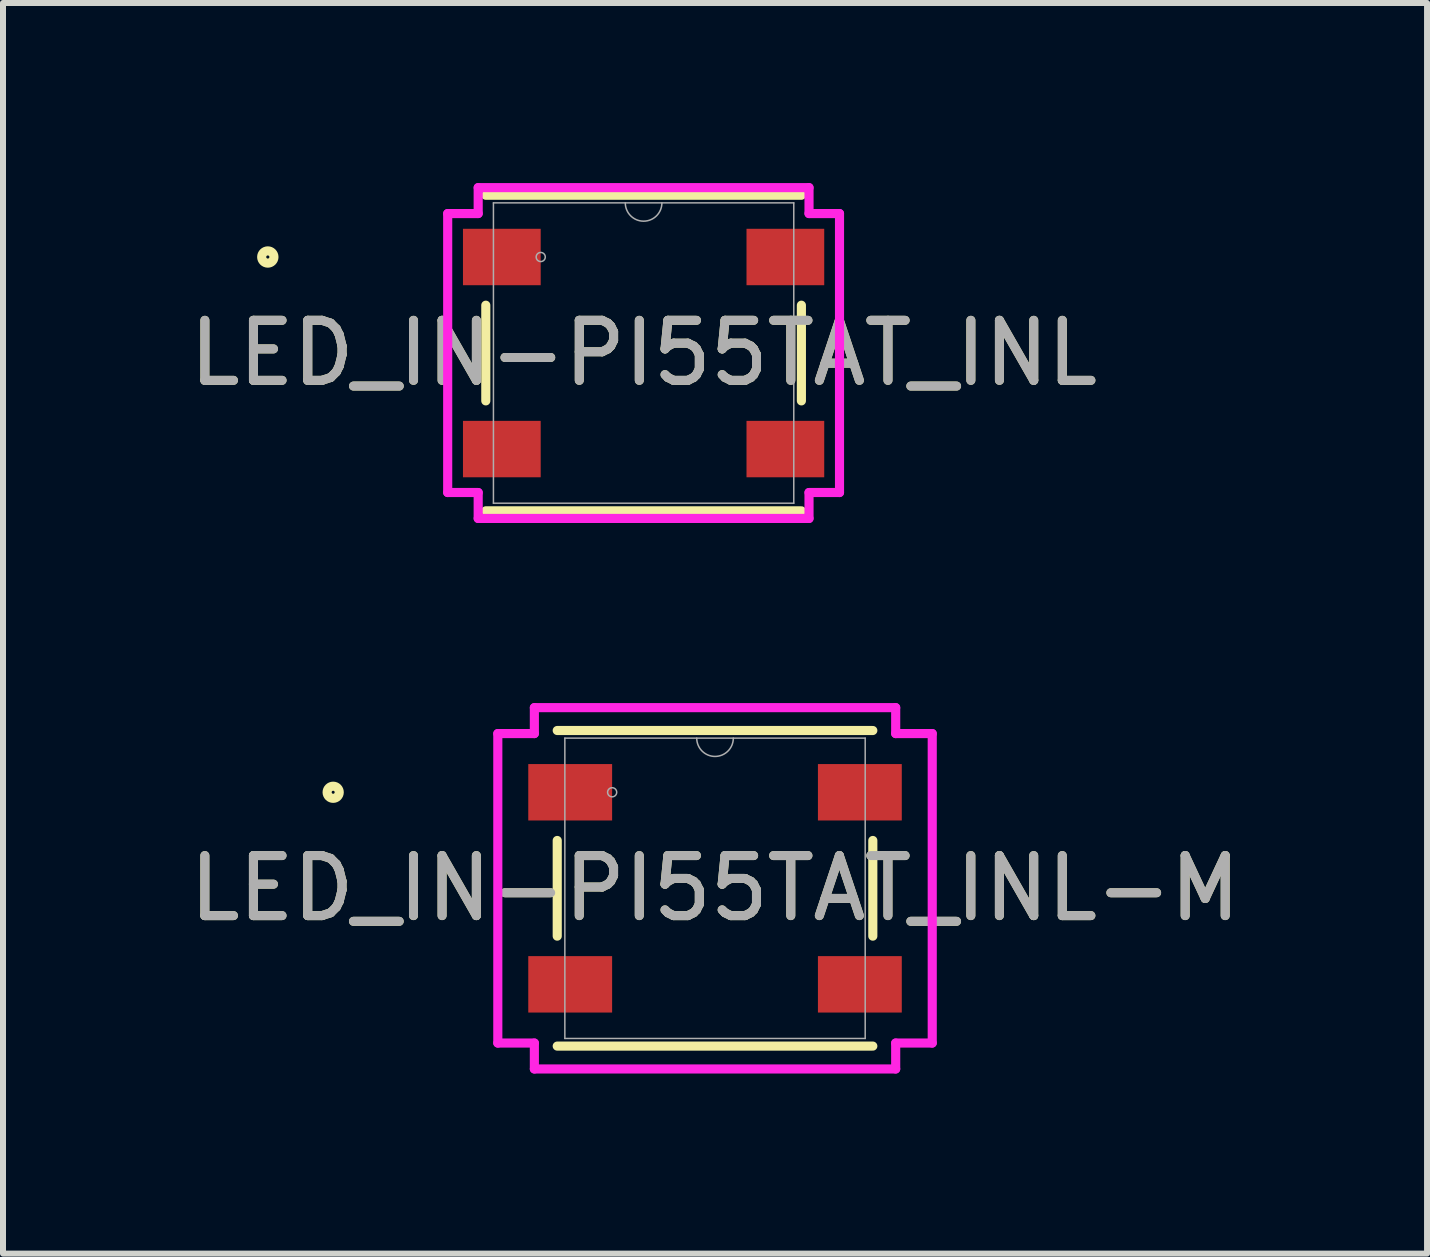
<source format=kicad_pcb>
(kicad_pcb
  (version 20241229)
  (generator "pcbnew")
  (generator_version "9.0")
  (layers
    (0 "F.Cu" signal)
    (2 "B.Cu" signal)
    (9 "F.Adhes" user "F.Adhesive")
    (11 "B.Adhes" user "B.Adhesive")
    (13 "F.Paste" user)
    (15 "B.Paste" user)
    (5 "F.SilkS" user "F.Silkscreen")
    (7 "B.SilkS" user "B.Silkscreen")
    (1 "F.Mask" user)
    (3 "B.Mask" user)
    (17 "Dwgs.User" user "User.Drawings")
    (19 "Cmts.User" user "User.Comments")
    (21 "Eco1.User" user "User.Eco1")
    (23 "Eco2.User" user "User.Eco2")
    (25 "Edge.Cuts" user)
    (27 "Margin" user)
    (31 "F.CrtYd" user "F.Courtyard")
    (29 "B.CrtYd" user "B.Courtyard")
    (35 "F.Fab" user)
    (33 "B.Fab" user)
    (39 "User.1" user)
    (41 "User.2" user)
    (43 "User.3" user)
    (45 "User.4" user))
  (footprint "LED_IN-PI55TAT_INL-M"
    (layer "F.Cu")
    (at 8.863 11.75)
    (property "Reference" "LED_IN-PI55TAT_INL-M" (at 0 0 0) (unlocked yes) (layer "F.SilkS") (effects (font (size 1 1) (thickness 0.15))))
    (attr smd)
    (fp_line (start -2.629 -0.797) (end -2.629 0.797) (stroke (width 0.152) (type solid)) (layer "F.SilkS"))
    (fp_line (start -2.629 2.629) (end 2.629 2.629) (stroke (width 0.152) (type solid)) (layer "F.SilkS"))
    (fp_line (start 2.629 -2.629) (end -2.629 -2.629) (stroke (width 0.152) (type solid)) (layer "F.SilkS"))
    (fp_line (start 2.629 0.797) (end 2.629 -0.797) (stroke (width 0.152) (type solid)) (layer "F.SilkS"))
    (fp_circle (center -6.362 -1.6) (end -6.261 -1.6) (stroke (width 0.152) (type solid)) (fill no) (layer "F.SilkS"))
    (fp_line (start -3.619 -2.578) (end -3.01 -2.578) (stroke (width 0.152) (type solid)) (layer "F.CrtYd"))
    (fp_line (start -3.619 2.578) (end -3.619 -2.578) (stroke (width 0.152) (type solid)) (layer "F.CrtYd"))
    (fp_line (start -3.619 2.578) (end -3.01 2.578) (stroke (width 0.152) (type solid)) (layer "F.CrtYd"))
    (fp_line (start -3.01 -3.01) (end 3.01 -3.01) (stroke (width 0.152) (type solid)) (layer "F.CrtYd"))
    (fp_line (start -3.01 -2.578) (end -3.01 -3.01) (stroke (width 0.152) (type solid)) (layer "F.CrtYd"))
    (fp_line (start -3.01 3.01) (end -3.01 2.578) (stroke (width 0.152) (type solid)) (layer "F.CrtYd"))
    (fp_line (start 3.01 -3.01) (end 3.01 -2.578) (stroke (width 0.152) (type solid)) (layer "F.CrtYd"))
    (fp_line (start 3.01 2.578) (end 3.01 3.01) (stroke (width 0.152) (type solid)) (layer "F.CrtYd"))
    (fp_line (start 3.01 3.01) (end -3.01 3.01) (stroke (width 0.152) (type solid)) (layer "F.CrtYd"))
    (fp_line (start 3.619 -2.578) (end 3.01 -2.578) (stroke (width 0.152) (type solid)) (layer "F.CrtYd"))
    (fp_line (start 3.619 -2.578) (end 3.619 2.578) (stroke (width 0.152) (type solid)) (layer "F.CrtYd"))
    (fp_line (start 3.619 2.578) (end 3.01 2.578) (stroke (width 0.152) (type solid)) (layer "F.CrtYd"))
    (fp_line (start -2.502 -2.502) (end -2.502 2.502) (stroke (width 0.025) (type solid)) (layer "F.Fab"))
    (fp_line (start -2.502 2.502) (end 2.502 2.502) (stroke (width 0.025) (type solid)) (layer "F.Fab"))
    (fp_line (start 2.502 -2.502) (end -2.502 -2.502) (stroke (width 0.025) (type solid)) (layer "F.Fab"))
    (fp_line (start 2.502 2.502) (end 2.502 -2.502) (stroke (width 0.025) (type solid)) (layer "F.Fab"))
    (fp_arc (start 0.3048 -2.5019) (mid 0 -2.1971) (end -0.3048 -2.5019) (stroke (width 0.0254) (type solid)) (layer "F.Fab"))
    (fp_circle (center -1.714 -1.6) (end -1.638 -1.6) (stroke (width 0.025) (type solid)) (fill no) (layer "F.Fab"))
    (fp_text user "${REFERENCE}" (at 0 0 0) (unlocked yes) (layer "F.Fab") (effects (font (size 1 1) (thickness 0.15))))
    (pad "1" smd rect (at -2.413 -1.6) (size 1.397 0.94) (layers "F.Cu" "F.Mask" "F.Paste"))
    (pad "2" smd rect (at 2.413 -1.6) (size 1.397 0.94) (layers "F.Cu" "F.Mask" "F.Paste"))
    (pad "3" smd rect (at -2.413 1.6) (size 1.397 0.94) (layers "F.Cu" "F.Mask" "F.Paste"))
    (pad "4" smd rect (at 2.413 1.6) (size 1.397 0.94) (layers "F.Cu" "F.Mask" "F.Paste")))
  (footprint "LED_IN-PI55TAT_INL"
    (layer "F.Cu")
    (at 7.673 2.832)
    (property "Reference" "LED_IN-PI55TAT_INL" (at 0 0 0) (unlocked yes) (layer "F.SilkS") (effects (font (size 1 1) (thickness 0.15))))
    (attr smd)
    (fp_line (start -2.629 -0.797) (end -2.629 0.797) (stroke (width 0.152) (type solid)) (layer "F.SilkS"))
    (fp_line (start -2.629 2.629) (end 2.629 2.629) (stroke (width 0.152) (type solid)) (layer "F.SilkS"))
    (fp_line (start 2.629 -2.629) (end -2.629 -2.629) (stroke (width 0.152) (type solid)) (layer "F.SilkS"))
    (fp_line (start 2.629 0.797) (end 2.629 -0.797) (stroke (width 0.152) (type solid)) (layer "F.SilkS"))
    (fp_circle (center -6.261 -1.6) (end -6.159 -1.6) (stroke (width 0.152) (type solid)) (fill no) (layer "F.SilkS"))
    (fp_line (start -3.264 -2.324) (end -2.756 -2.324) (stroke (width 0.152) (type solid)) (layer "F.CrtYd"))
    (fp_line (start -3.264 2.324) (end -3.264 -2.324) (stroke (width 0.152) (type solid)) (layer "F.CrtYd"))
    (fp_line (start -3.264 2.324) (end -2.756 2.324) (stroke (width 0.152) (type solid)) (layer "F.CrtYd"))
    (fp_line (start -2.756 -2.756) (end 2.756 -2.756) (stroke (width 0.152) (type solid)) (layer "F.CrtYd"))
    (fp_line (start -2.756 -2.324) (end -2.756 -2.756) (stroke (width 0.152) (type solid)) (layer "F.CrtYd"))
    (fp_line (start -2.756 2.756) (end -2.756 2.324) (stroke (width 0.152) (type solid)) (layer "F.CrtYd"))
    (fp_line (start 2.756 -2.756) (end 2.756 -2.324) (stroke (width 0.152) (type solid)) (layer "F.CrtYd"))
    (fp_line (start 2.756 2.324) (end 2.756 2.756) (stroke (width 0.152) (type solid)) (layer "F.CrtYd"))
    (fp_line (start 2.756 2.756) (end -2.756 2.756) (stroke (width 0.152) (type solid)) (layer "F.CrtYd"))
    (fp_line (start 3.264 -2.324) (end 2.756 -2.324) (stroke (width 0.152) (type solid)) (layer "F.CrtYd"))
    (fp_line (start 3.264 -2.324) (end 3.264 2.324) (stroke (width 0.152) (type solid)) (layer "F.CrtYd"))
    (fp_line (start 3.264 2.324) (end 2.756 2.324) (stroke (width 0.152) (type solid)) (layer "F.CrtYd"))
    (fp_line (start -2.502 -2.502) (end -2.502 2.502) (stroke (width 0.025) (type solid)) (layer "F.Fab"))
    (fp_line (start -2.502 2.502) (end 2.502 2.502) (stroke (width 0.025) (type solid)) (layer "F.Fab"))
    (fp_line (start 2.502 -2.502) (end -2.502 -2.502) (stroke (width 0.025) (type solid)) (layer "F.Fab"))
    (fp_line (start 2.502 2.502) (end 2.502 -2.502) (stroke (width 0.025) (type solid)) (layer "F.Fab"))
    (fp_arc (start 0.3048 -2.5019) (mid 0 -2.1971) (end -0.3048 -2.5019) (stroke (width 0.0254) (type solid)) (layer "F.Fab"))
    (fp_circle (center -1.714 -1.6) (end -1.638 -1.6) (stroke (width 0.025) (type solid)) (fill no) (layer "F.Fab"))
    (fp_text user "${REFERENCE}" (at 0 0 0) (unlocked yes) (layer "F.Fab") (effects (font (size 1 1) (thickness 0.15))))
    (pad "1" smd rect (at -2.362 -1.6) (size 1.295 0.94) (layers "F.Cu" "F.Mask" "F.Paste"))
    (pad "2" smd rect (at 2.362 -1.6) (size 1.295 0.94) (layers "F.Cu" "F.Mask" "F.Paste"))
    (pad "3" smd rect (at -2.362 1.6) (size 1.295 0.94) (layers "F.Cu" "F.Mask" "F.Paste"))
    (pad "4" smd rect (at 2.362 1.6) (size 1.295 0.94) (layers "F.Cu" "F.Mask" "F.Paste")))
  (gr_rect
    (start -3 -3)
    (end 20.726 17.836)
    (stroke (width 0.1) (type default))
    (fill no)
    (layer "Edge.Cuts")))
</source>
